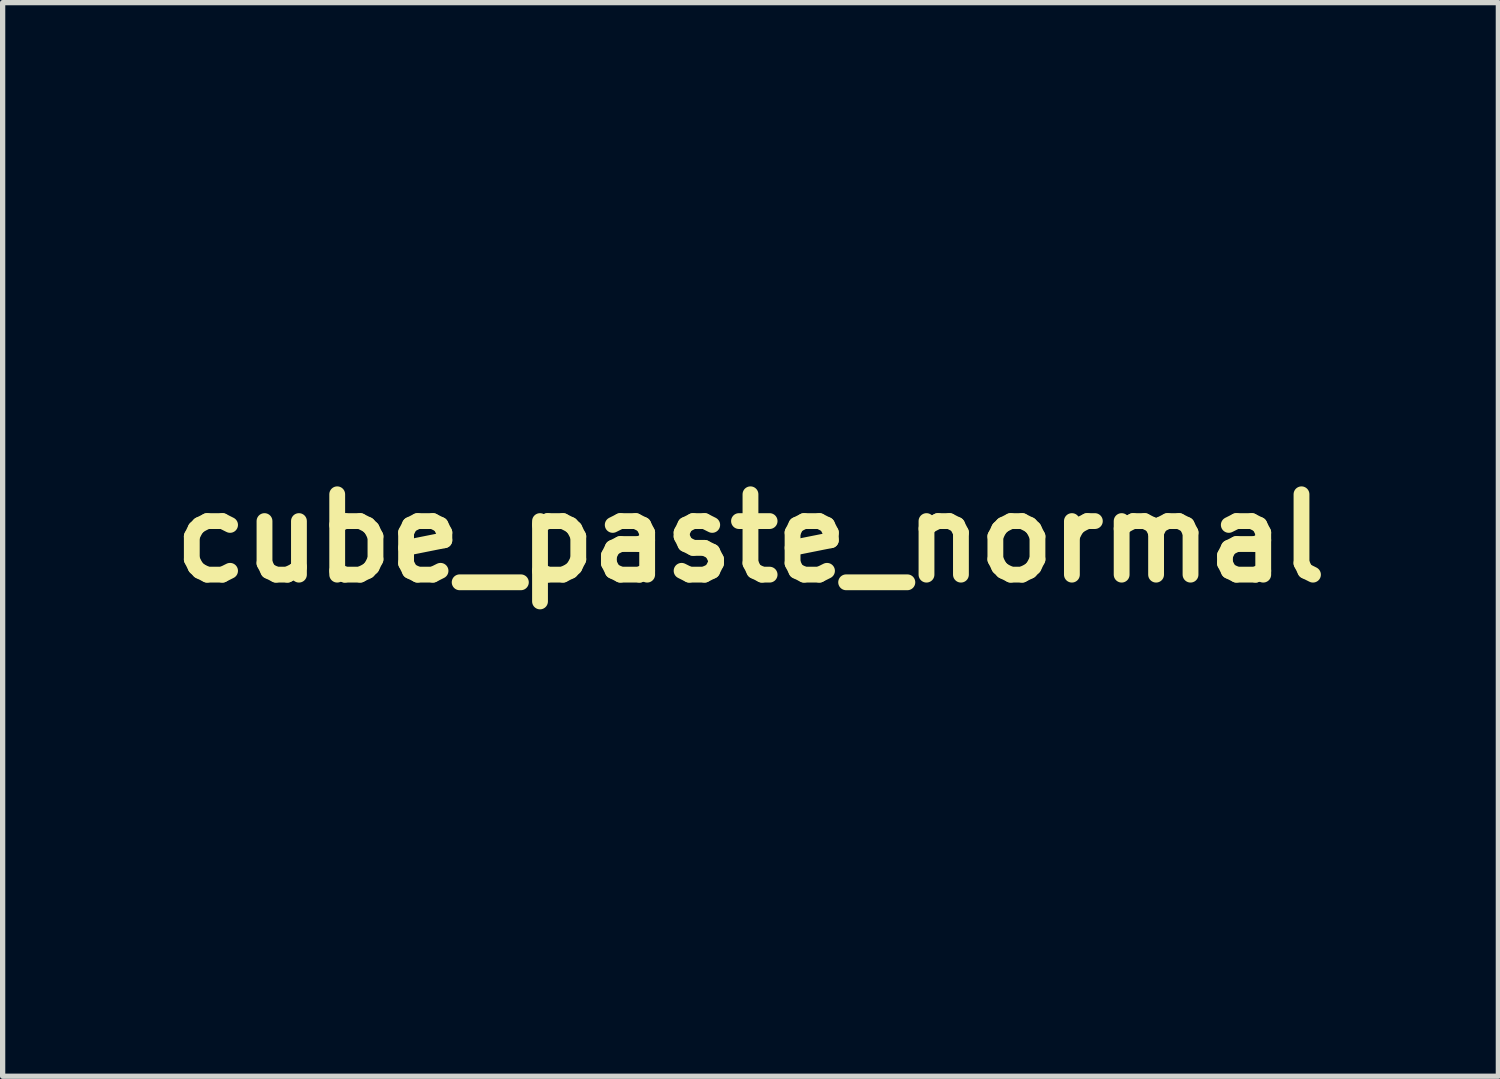
<source format=kicad_pcb>
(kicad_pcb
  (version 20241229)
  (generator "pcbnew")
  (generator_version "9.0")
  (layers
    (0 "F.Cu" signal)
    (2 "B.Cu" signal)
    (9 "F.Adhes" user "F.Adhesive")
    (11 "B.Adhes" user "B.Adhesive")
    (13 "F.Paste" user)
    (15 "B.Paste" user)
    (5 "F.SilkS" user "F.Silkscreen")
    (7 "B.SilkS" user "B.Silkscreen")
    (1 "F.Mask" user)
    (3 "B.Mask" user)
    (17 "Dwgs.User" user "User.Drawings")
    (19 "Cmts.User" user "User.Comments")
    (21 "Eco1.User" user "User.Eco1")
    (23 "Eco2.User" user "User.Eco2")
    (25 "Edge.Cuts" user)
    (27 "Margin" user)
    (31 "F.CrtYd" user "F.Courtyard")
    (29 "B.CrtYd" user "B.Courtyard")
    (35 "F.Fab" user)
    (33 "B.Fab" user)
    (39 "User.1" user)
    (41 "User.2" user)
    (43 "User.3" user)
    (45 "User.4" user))
  (footprint "cube_paste_normal"
    (layer "F.Cu")
    (at 11.183 7.159)
    (property "Reference" "cube_paste_normal" (at 0 0 0) (layer "F.SilkS") (effects (font (size 1.524 1.524) (thickness 0.3))))
    (attr through_hole)
    (fp_poly (pts (xy 7.197 7.197) (xy -7.154 7.197) (xy -7.154 -0.03) (xy -5.757 -0.03) (xy -5.753 0.065) (xy -5.74 0.231) (xy -5.721 0.454) (xy -5.696 0.722) (xy -5.667 1.022) (xy -5.635 1.34) (xy -5.601 1.662) (xy -5.567 1.977) (xy -5.535 2.27) (xy -5.504 2.528) (xy -5.499 2.571) (xy -5.451 2.962) (xy -4.768 3.406) (xy -4.405 3.642) (xy -4.108 3.834) (xy -3.869 3.989) (xy -3.683 4.108) (xy -3.543 4.196) (xy -3.445 4.257) (xy -3.382 4.295) (xy -3.347 4.313) (xy -3.338 4.316) (xy -3.302 4.284) (xy -3.286 4.253) (xy -3.283 4.198) (xy -3.285 4.067) (xy -3.29 3.871) (xy -3.3 3.62) (xy -3.314 3.323) (xy -3.331 2.99) (xy -3.35 2.631) (xy -3.353 2.582) (xy -3.408 1.627) (xy -2.987 1.627) (xy -2.984 1.854) (xy -2.974 2.15) (xy -2.956 2.521) (xy -2.945 2.737) (xy -2.927 3.071) (xy -2.909 3.396) (xy -2.892 3.697) (xy -2.876 3.959) (xy -2.863 4.167) (xy -2.854 4.307) (xy -2.854 4.311) (xy -2.828 4.664) (xy -2.525 4.86) (xy -2.046 5.17) (xy -1.613 5.449) (xy -1.23 5.695) (xy -0.898 5.907) (xy -0.623 6.082) (xy -0.406 6.218) (xy -0.251 6.314) (xy -0.162 6.366) (xy -0.139 6.376) (xy -0.136 6.333) (xy -0.134 6.213) (xy -0.131 6.027) (xy -0.129 5.782) (xy -0.128 5.488) (xy -0.127 5.155) (xy -0.126 4.875) (xy 0.382 4.875) (xy 0.383 5.204) (xy 0.385 5.514) (xy 0.388 5.793) (xy 0.392 6.028) (xy 0.398 6.208) (xy 0.404 6.32) (xy 0.407 6.345) (xy 0.434 6.477) (xy 0.587 6.384) (xy 0.666 6.335) (xy 0.804 6.248) (xy 0.989 6.131) (xy 1.209 5.991) (xy 1.452 5.836) (xy 1.609 5.736) (xy 1.875 5.566) (xy 2.139 5.396) (xy 2.386 5.236) (xy 2.6 5.097) (xy 2.766 4.988) (xy 2.822 4.951) (xy 2.922 4.886) (xy 3.002 4.834) (xy 3.065 4.783) (xy 3.114 4.726) (xy 3.151 4.651) (xy 3.18 4.55) (xy 3.201 4.414) (xy 3.219 4.232) (xy 3.222 4.201) (xy 3.564 4.201) (xy 3.566 4.338) (xy 3.574 4.397) (xy 3.603 4.4) (xy 3.671 4.372) (xy 3.785 4.313) (xy 3.946 4.218) (xy 4.16 4.086) (xy 4.431 3.914) (xy 4.762 3.7) (xy 5.158 3.441) (xy 5.234 3.391) (xy 5.833 2.997) (xy 5.88 2.673) (xy 5.91 2.445) (xy 5.942 2.176) (xy 5.974 1.88) (xy 6.005 1.566) (xy 6.035 1.245) (xy 6.062 0.929) (xy 6.086 0.629) (xy 6.105 0.355) (xy 6.12 0.119) (xy 6.128 -0.068) (xy 6.13 -0.196) (xy 6.123 -0.252) (xy 6.121 -0.254) (xy 6.069 -0.235) (xy 5.954 -0.182) (xy 5.787 -0.101) (xy 5.579 0.002) (xy 5.343 0.121) (xy 5.088 0.25) (xy 4.828 0.384) (xy 4.573 0.517) (xy 4.334 0.643) (xy 4.124 0.755) (xy 3.953 0.848) (xy 3.833 0.917) (xy 3.775 0.954) (xy 3.775 0.954) (xy 3.76 1.004) (xy 3.741 1.121) (xy 3.72 1.289) (xy 3.699 1.49) (xy 3.68 1.707) (xy 3.663 1.924) (xy 3.658 2.011) (xy 3.63 2.511) (xy 3.607 2.965) (xy 3.589 3.366) (xy 3.575 3.709) (xy 3.567 3.989) (xy 3.564 4.201) (xy 3.222 4.201) (xy 3.236 3.995) (xy 3.254 3.693) (xy 3.277 3.318) (xy 3.279 3.281) (xy 3.307 2.811) (xy 3.33 2.419) (xy 3.349 2.098) (xy 3.363 1.84) (xy 3.372 1.639) (xy 3.378 1.487) (xy 3.379 1.378) (xy 3.377 1.305) (xy 3.371 1.26) (xy 3.362 1.237) (xy 3.35 1.228) (xy 3.342 1.228) (xy 3.292 1.246) (xy 3.178 1.299) (xy 3.01 1.38) (xy 2.798 1.484) (xy 2.554 1.607) (xy 2.287 1.741) (xy 2.008 1.883) (xy 1.728 2.027) (xy 1.458 2.167) (xy 1.207 2.298) (xy 0.986 2.415) (xy 0.806 2.513) (xy 0.778 2.528) (xy 0.435 2.719) (xy 0.408 3.038) (xy 0.401 3.166) (xy 0.395 3.359) (xy 0.39 3.605) (xy 0.386 3.892) (xy 0.383 4.207) (xy 0.382 4.539) (xy 0.382 4.875) (xy -0.126 4.875) (xy -0.126 4.789) (xy -0.126 4.604) (xy -0.127 4.225) (xy -0.128 3.87) (xy -0.131 3.549) (xy -0.135 3.272) (xy -0.139 3.048) (xy -0.144 2.885) (xy -0.149 2.794) (xy -0.152 2.778) (xy -0.2 2.727) (xy -0.303 2.652) (xy -0.441 2.566) (xy -0.481 2.544) (xy -0.632 2.461) (xy -0.829 2.356) (xy -1.06 2.234) (xy -1.315 2.1) (xy -1.582 1.959) (xy -1.852 1.819) (xy -2.114 1.683) (xy -2.356 1.557) (xy -2.569 1.448) (xy -2.742 1.36) (xy -2.864 1.3) (xy -2.924 1.271) (xy -2.928 1.27) (xy -2.954 1.289) (xy -2.972 1.351) (xy -2.983 1.461) (xy -2.987 1.627) (xy -3.408 1.627) (xy -3.445 0.976) (xy -4.527 0.405) (xy -4.808 0.258) (xy -5.066 0.122) (xy -5.292 0.005) (xy -5.477 -0.09) (xy -5.609 -0.157) (xy -5.678 -0.191) (xy -5.683 -0.193) (xy -5.729 -0.199) (xy -5.751 -0.158) (xy -5.757 -0.055) (xy -5.757 -0.03) (xy -7.154 -0.03) (xy -7.154 -4.454) (xy -6.18 -4.454) (xy -6.177 -4.398) (xy -6.166 -4.27) (xy -6.149 -4.083) (xy -6.128 -3.848) (xy -6.104 -3.578) (xy -6.077 -3.286) (xy -6.049 -2.983) (xy -6.022 -2.683) (xy -5.995 -2.397) (xy -5.97 -2.138) (xy -5.949 -1.918) (xy -5.933 -1.749) (xy -5.925 -1.672) (xy -5.893 -1.384) (xy -5.864 -1.168) (xy -5.834 -1.01) (xy -5.799 -0.897) (xy -5.755 -0.818) (xy -5.696 -0.758) (xy -5.619 -0.705) (xy -5.596 -0.692) (xy -5.498 -0.636) (xy -5.346 -0.554) (xy -5.152 -0.452) (xy -4.928 -0.336) (xy -4.687 -0.211) (xy -4.439 -0.084) (xy -4.198 0.038) (xy -3.974 0.151) (xy -3.781 0.247) (xy -3.629 0.322) (xy -3.53 0.368) (xy -3.498 0.38) (xy -3.481 0.343) (xy -3.48 0.25) (xy -3.485 0.201) (xy -3.493 0.12) (xy -3.504 -0.035) (xy -3.518 -0.255) (xy -3.535 -0.529) (xy -3.554 -0.848) (xy -3.573 -1.201) (xy -3.594 -1.578) (xy -3.603 -1.736) (xy -3.629 -2.222) (xy -3.654 -2.626) (xy -3.676 -2.953) (xy -3.696 -3.206) (xy -3.698 -3.227) (xy -3.241 -3.227) (xy -3.239 -3.085) (xy -3.233 -2.88) (xy -3.223 -2.624) (xy -3.209 -2.327) (xy -3.193 -2) (xy -3.174 -1.654) (xy -3.154 -1.299) (xy -3.133 -0.946) (xy -3.112 -0.606) (xy -3.091 -0.29) (xy -3.071 -0.009) (xy -3.052 0.227) (xy -3.036 0.407) (xy -3.022 0.52) (xy -3.015 0.553) (xy -2.966 0.619) (xy -2.86 0.703) (xy -2.69 0.81) (xy -2.491 0.921) (xy -2.313 1.016) (xy -2.097 1.13) (xy -1.852 1.259) (xy -1.59 1.395) (xy -1.321 1.534) (xy -1.057 1.67) (xy -0.808 1.797) (xy -0.585 1.91) (xy -0.399 2.004) (xy -0.261 2.073) (xy -0.181 2.11) (xy -0.165 2.116) (xy -0.157 2.076) (xy -0.147 1.963) (xy -0.137 1.79) (xy -0.126 1.569) (xy -0.116 1.312) (xy -0.113 1.196) (xy -0.103 0.831) (xy -0.096 0.445) (xy -0.095 0.408) (xy 0.384 0.408) (xy 0.384 0.762) (xy 0.386 1.094) (xy 0.389 1.392) (xy 0.392 1.645) (xy 0.397 1.844) (xy 0.402 1.976) (xy 0.407 2.027) (xy 0.432 2.118) (xy 0.455 2.159) (xy 0.456 2.159) (xy 0.497 2.14) (xy 0.606 2.088) (xy 0.773 2.005) (xy 0.991 1.896) (xy 1.25 1.766) (xy 1.544 1.617) (xy 1.863 1.456) (xy 1.916 1.429) (xy 2.333 1.215) (xy 2.677 1.037) (xy 2.949 0.89) (xy 3.154 0.776) (xy 3.293 0.69) (xy 3.37 0.633) (xy 3.388 0.611) (xy 3.405 0.532) (xy 3.424 0.392) (xy 3.438 0.257) (xy 3.77 0.257) (xy 3.776 0.333) (xy 3.793 0.369) (xy 3.825 0.38) (xy 3.855 0.381) (xy 3.918 0.362) (xy 4.045 0.309) (xy 4.223 0.228) (xy 4.441 0.124) (xy 4.687 0.002) (xy 4.843 -0.078) (xy 5.111 -0.216) (xy 5.368 -0.35) (xy 5.6 -0.472) (xy 5.792 -0.573) (xy 5.931 -0.648) (xy 5.974 -0.672) (xy 6.212 -0.806) (xy 6.26 -1.239) (xy 6.277 -1.401) (xy 6.299 -1.63) (xy 6.327 -1.91) (xy 6.356 -2.224) (xy 6.387 -2.555) (xy 6.412 -2.836) (xy 6.441 -3.156) (xy 6.469 -3.46) (xy 6.494 -3.735) (xy 6.515 -3.967) (xy 6.532 -4.142) (xy 6.542 -4.244) (xy 6.552 -4.384) (xy 6.544 -4.459) (xy 6.516 -4.486) (xy 6.503 -4.487) (xy 6.433 -4.472) (xy 6.297 -4.431) (xy 6.108 -4.367) (xy 5.878 -4.286) (xy 5.62 -4.192) (xy 5.347 -4.091) (xy 5.071 -3.987) (xy 4.806 -3.884) (xy 4.562 -3.788) (xy 4.355 -3.703) (xy 4.195 -3.635) (xy 4.095 -3.587) (xy 4.081 -3.578) (xy 4.04 -3.542) (xy 4.011 -3.486) (xy 3.991 -3.393) (xy 3.975 -3.247) (xy 3.961 -3.062) (xy 3.946 -2.84) (xy 3.931 -2.619) (xy 3.918 -2.431) (xy 3.912 -2.349) (xy 3.901 -2.184) (xy 3.888 -1.973) (xy 3.876 -1.758) (xy 3.874 -1.714) (xy 3.854 -1.327) (xy 3.837 -1.009) (xy 3.823 -0.742) (xy 3.811 -0.511) (xy 3.799 -0.299) (xy 3.786 -0.09) (xy 3.785 -0.074) (xy 3.774 0.126) (xy 3.77 0.257) (xy 3.438 0.257) (xy 3.442 0.214) (xy 3.452 0.092) (xy 3.468 -0.087) (xy 3.488 -0.23) (xy 3.509 -0.318) (xy 3.522 -0.339) (xy 3.54 -0.377) (xy 3.552 -0.48) (xy 3.555 -0.625) (xy 3.555 -0.646) (xy 3.555 -0.803) (xy 3.559 -1.018) (xy 3.567 -1.267) (xy 3.577 -1.524) (xy 3.58 -1.587) (xy 3.593 -1.877) (xy 3.603 -2.199) (xy 3.611 -2.515) (xy 3.616 -2.786) (xy 3.616 -2.793) (xy 3.616 -3.025) (xy 3.613 -3.185) (xy 3.605 -3.288) (xy 3.589 -3.345) (xy 3.566 -3.372) (xy 3.547 -3.378) (xy 3.49 -3.367) (xy 3.365 -3.329) (xy 3.183 -3.268) (xy 2.953 -3.188) (xy 2.687 -3.092) (xy 2.395 -2.985) (xy 2.088 -2.871) (xy 1.776 -2.753) (xy 1.47 -2.635) (xy 1.181 -2.522) (xy 0.919 -2.416) (xy 0.89 -2.404) (xy 0.698 -2.324) (xy 0.57 -2.266) (xy 0.492 -2.219) (xy 0.45 -2.172) (xy 0.428 -2.115) (xy 0.416 -2.053) (xy 0.409 -1.973) (xy 0.403 -1.819) (xy 0.398 -1.603) (xy 0.393 -1.335) (xy 0.39 -1.026) (xy 0.387 -0.687) (xy 0.385 -0.327) (xy 0.384 0.041) (xy 0.384 0.408) (xy -0.095 0.408) (xy -0.09 0.05) (xy -0.087 -0.342) (xy -0.086 -0.72) (xy -0.087 -1.071) (xy -0.09 -1.385) (xy -0.096 -1.649) (xy -0.103 -1.852) (xy -0.113 -1.982) (xy -0.113 -1.984) (xy -0.118 -2.046) (xy -0.124 -2.096) (xy -0.136 -2.14) (xy -0.162 -2.181) (xy -0.209 -2.222) (xy -0.285 -2.267) (xy -0.396 -2.32) (xy -0.55 -2.384) (xy -0.753 -2.464) (xy -1.013 -2.563) (xy -1.337 -2.685) (xy -1.732 -2.833) (xy -1.778 -2.85) (xy -2.093 -2.968) (xy -2.385 -3.078) (xy -2.643 -3.175) (xy -2.858 -3.256) (xy -3.019 -3.318) (xy -3.117 -3.355) (xy -3.141 -3.365) (xy -3.203 -3.366) (xy -3.237 -3.295) (xy -3.241 -3.227) (xy -3.698 -3.227) (xy -3.715 -3.387) (xy -3.733 -3.501) (xy -3.749 -3.55) (xy -3.749 -3.551) (xy -3.803 -3.583) (xy -3.922 -3.637) (xy -4.093 -3.709) (xy -4.306 -3.794) (xy -4.548 -3.888) (xy -4.809 -3.987) (xy -5.076 -4.087) (xy -5.339 -4.183) (xy -5.585 -4.271) (xy -5.803 -4.347) (xy -5.982 -4.406) (xy -6.11 -4.444) (xy -6.175 -4.457) (xy -6.18 -4.454) (xy -7.154 -4.454) (xy -7.154 -7.154) (xy 7.197 -7.154) (xy 7.197 7.197)) (stroke (width 0.01) (type solid)) (fill yes) (layer "F.Paste")))
  (gr_rect
    (start -3 -3)
    (end 25.367 17.361)
    (stroke (width 0.1) (type default))
    (fill no)
    (layer "Edge.Cuts")))
</source>
